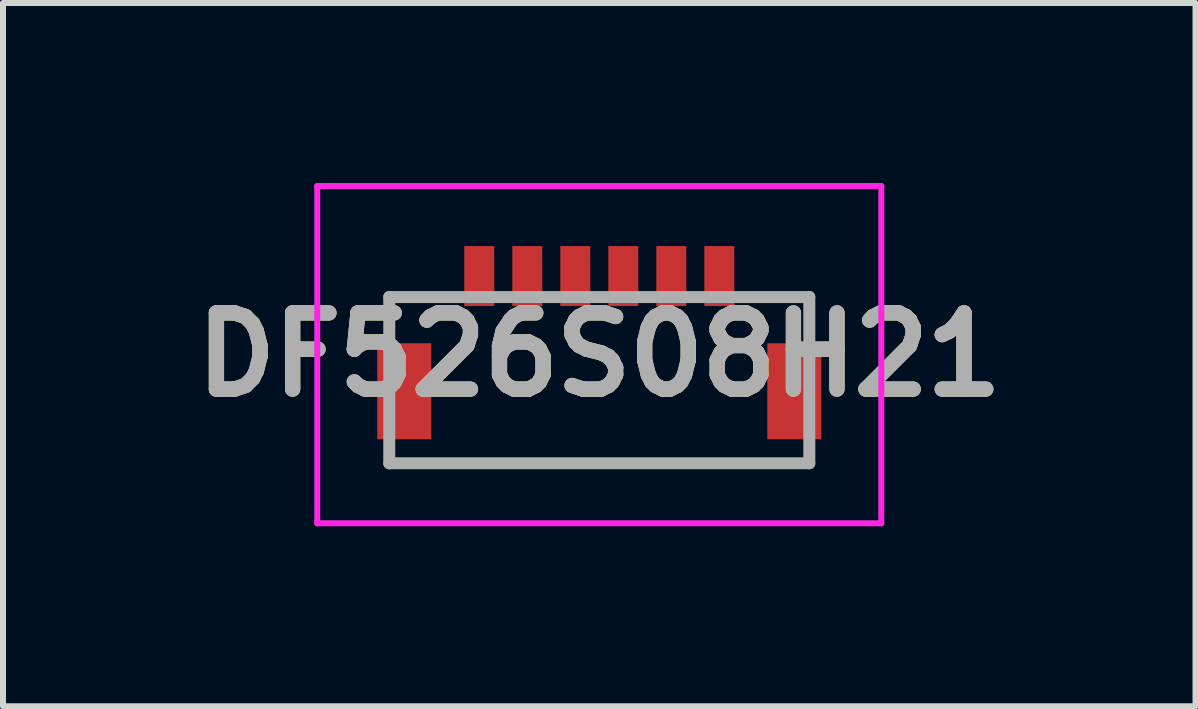
<source format=kicad_pcb>
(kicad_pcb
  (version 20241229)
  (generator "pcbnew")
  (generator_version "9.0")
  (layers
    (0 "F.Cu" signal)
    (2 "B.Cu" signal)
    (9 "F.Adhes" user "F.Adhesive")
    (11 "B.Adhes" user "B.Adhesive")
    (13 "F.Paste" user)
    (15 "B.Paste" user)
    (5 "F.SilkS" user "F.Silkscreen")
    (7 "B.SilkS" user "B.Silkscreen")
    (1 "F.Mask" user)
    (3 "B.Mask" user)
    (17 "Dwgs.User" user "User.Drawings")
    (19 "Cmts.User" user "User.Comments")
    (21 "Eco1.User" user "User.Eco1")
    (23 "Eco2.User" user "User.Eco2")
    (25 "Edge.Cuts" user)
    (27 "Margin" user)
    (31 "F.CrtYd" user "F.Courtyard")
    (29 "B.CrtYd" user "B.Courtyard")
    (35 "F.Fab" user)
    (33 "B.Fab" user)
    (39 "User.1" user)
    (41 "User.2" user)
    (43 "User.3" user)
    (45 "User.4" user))
  (footprint "DF526S08H21"
    (layer "F.Cu")
    (at 6.937 3.11)
    (property "Reference" "DF526S08H21" (at 0 -0.25 0) (layer "F.SilkS") (effects (font (size 1.27 1.27) (thickness 0.254))))
    (attr smd)
    (fp_line (start -3.5 -1.21) (end -2.5 -1.21) (stroke (width 0.1) (type solid)) (layer "F.SilkS"))
    (fp_line (start -3.5 -0.71) (end -3.5 -1.21) (stroke (width 0.1) (type solid)) (layer "F.SilkS"))
    (fp_line (start -3.5 1.56) (end 3.5 1.56) (stroke (width 0.1) (type solid)) (layer "F.SilkS"))
    (fp_line (start 2.5 -1.21) (end 3.5 -1.21) (stroke (width 0.1) (type solid)) (layer "F.SilkS"))
    (fp_line (start 3.5 -1.21) (end 3.5 -0.71) (stroke (width 0.1) (type solid)) (layer "F.SilkS"))
    (fp_line (start -4.7 -3.06) (end 4.7 -3.06) (stroke (width 0.1) (type solid)) (layer "F.CrtYd"))
    (fp_line (start -4.7 2.56) (end -4.7 -3.06) (stroke (width 0.1) (type solid)) (layer "F.CrtYd"))
    (fp_line (start 4.7 -3.06) (end 4.7 2.56) (stroke (width 0.1) (type solid)) (layer "F.CrtYd"))
    (fp_line (start 4.7 2.56) (end -4.7 2.56) (stroke (width 0.1) (type solid)) (layer "F.CrtYd"))
    (fp_line (start -3.5 -1.21) (end 3.5 -1.21) (stroke (width 0.2) (type solid)) (layer "F.Fab"))
    (fp_line (start -3.5 1.56) (end -3.5 -1.21) (stroke (width 0.2) (type solid)) (layer "F.Fab"))
    (fp_line (start 3.5 -1.21) (end 3.5 1.56) (stroke (width 0.2) (type solid)) (layer "F.Fab"))
    (fp_line (start 3.5 1.56) (end -3.5 1.56) (stroke (width 0.2) (type solid)) (layer "F.Fab"))
    (fp_text user "${REFERENCE}" (at 0 -0.25 0) (layer "F.Fab") (effects (font (size 1.27 1.27) (thickness 0.254))))
    (pad "1" smd rect (at -2 -1.56) (size 0.5 1) (layers "F.Cu" "F.Mask" "F.Paste"))
    (pad "2" smd rect (at -1.2 -1.56) (size 0.5 1) (layers "F.Cu" "F.Mask" "F.Paste"))
    (pad "3" smd rect (at -0.4 -1.56) (size 0.5 1) (layers "F.Cu" "F.Mask" "F.Paste"))
    (pad "4" smd rect (at 0.4 -1.56) (size 0.5 1) (layers "F.Cu" "F.Mask" "F.Paste"))
    (pad "5" smd rect (at 1.2 -1.56) (size 0.5 1) (layers "F.Cu" "F.Mask" "F.Paste"))
    (pad "6" smd rect (at 2 -1.56) (size 0.5 1) (layers "F.Cu" "F.Mask" "F.Paste"))
    (pad "7" smd rect (at -3.25 0.36) (size 0.9 1.6) (layers "F.Cu" "F.Mask" "F.Paste"))
    (pad "8" smd rect (at 3.25 0.36) (size 0.9 1.6) (layers "F.Cu" "F.Mask" "F.Paste")))
  (gr_rect
    (start -3 -3)
    (end 16.873 8.72)
    (stroke (width 0.1) (type default))
    (fill no)
    (layer "Edge.Cuts")))
</source>
